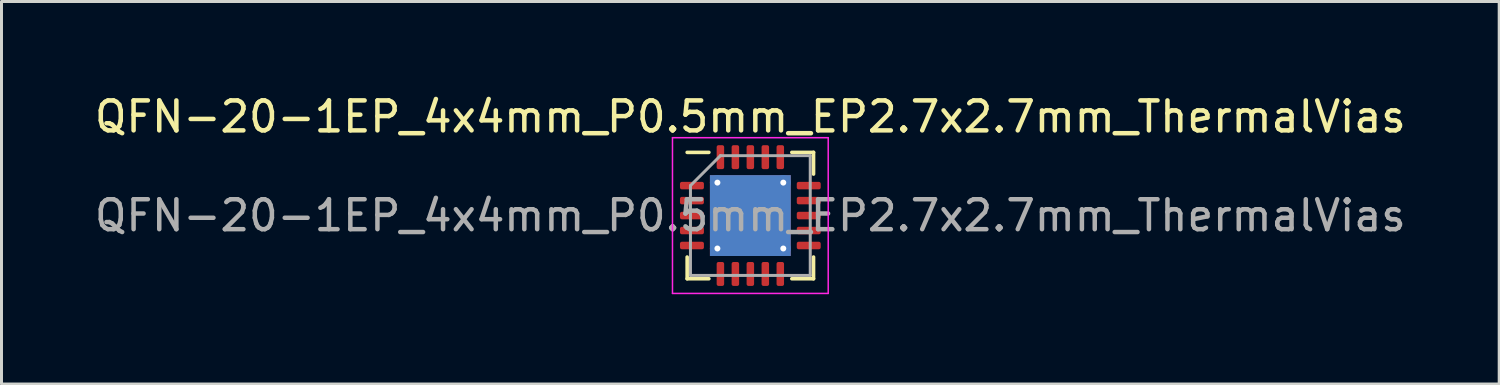
<source format=kicad_pcb>
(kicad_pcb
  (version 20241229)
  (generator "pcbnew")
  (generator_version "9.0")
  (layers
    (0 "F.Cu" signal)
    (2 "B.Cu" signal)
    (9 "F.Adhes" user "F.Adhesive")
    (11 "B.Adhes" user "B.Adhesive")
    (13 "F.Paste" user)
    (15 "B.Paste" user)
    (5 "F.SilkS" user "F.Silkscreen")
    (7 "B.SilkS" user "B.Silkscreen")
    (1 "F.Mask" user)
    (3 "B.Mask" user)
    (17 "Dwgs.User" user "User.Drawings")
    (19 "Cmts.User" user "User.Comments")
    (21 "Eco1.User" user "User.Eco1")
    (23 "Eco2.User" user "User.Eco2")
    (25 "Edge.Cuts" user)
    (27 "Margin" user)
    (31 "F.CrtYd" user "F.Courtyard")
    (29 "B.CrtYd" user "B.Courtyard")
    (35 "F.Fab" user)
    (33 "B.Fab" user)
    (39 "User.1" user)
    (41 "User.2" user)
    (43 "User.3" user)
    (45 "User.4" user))
  (footprint "QFN-20-1EP_4x4mm_P0.5mm_EP2.7x2.7mm_ThermalVias"
    (layer "F.Cu")
    (at 22.006 4.148)
    (property "Reference" "QFN-20-1EP_4x4mm_P0.5mm_EP2.7x2.7mm_ThermalVias" (at 0 -3.3 0) (layer "F.SilkS") (effects (font (size 1 1) (thickness 0.15))))
    (attr smd)
    (fp_line (start -2.11 2.11) (end -2.11 1.385) (stroke (width 0.12) (type solid)) (layer "F.SilkS"))
    (fp_line (start -1.385 -2.11) (end -2.11 -2.11) (stroke (width 0.12) (type solid)) (layer "F.SilkS"))
    (fp_line (start -1.385 2.11) (end -2.11 2.11) (stroke (width 0.12) (type solid)) (layer "F.SilkS"))
    (fp_line (start 1.385 -2.11) (end 2.11 -2.11) (stroke (width 0.12) (type solid)) (layer "F.SilkS"))
    (fp_line (start 1.385 2.11) (end 2.11 2.11) (stroke (width 0.12) (type solid)) (layer "F.SilkS"))
    (fp_line (start 2.11 -2.11) (end 2.11 -1.385) (stroke (width 0.12) (type solid)) (layer "F.SilkS"))
    (fp_line (start 2.11 2.11) (end 2.11 1.385) (stroke (width 0.12) (type solid)) (layer "F.SilkS"))
    (fp_line (start -2.6 -2.6) (end -2.6 2.6) (stroke (width 0.05) (type solid)) (layer "F.CrtYd"))
    (fp_line (start -2.6 2.6) (end 2.6 2.6) (stroke (width 0.05) (type solid)) (layer "F.CrtYd"))
    (fp_line (start 2.6 -2.6) (end -2.6 -2.6) (stroke (width 0.05) (type solid)) (layer "F.CrtYd"))
    (fp_line (start 2.6 2.6) (end 2.6 -2.6) (stroke (width 0.05) (type solid)) (layer "F.CrtYd"))
    (fp_line (start -2 -1) (end -1 -2) (stroke (width 0.1) (type solid)) (layer "F.Fab"))
    (fp_line (start -2 2) (end -2 -1) (stroke (width 0.1) (type solid)) (layer "F.Fab"))
    (fp_line (start -1 -2) (end 2 -2) (stroke (width 0.1) (type solid)) (layer "F.Fab"))
    (fp_line (start 2 -2) (end 2 2) (stroke (width 0.1) (type solid)) (layer "F.Fab"))
    (fp_line (start 2 2) (end -2 2) (stroke (width 0.1) (type solid)) (layer "F.Fab"))
    (fp_text user "${REFERENCE}" (at 0 0 0) (layer "F.Fab") (effects (font (size 1 1) (thickness 0.15))))
    (pad "" smd roundrect (at -0.675 -0.675) (size 1.17 1.17) (layers "F.Paste") (roundrect_rratio 0.214))
    (pad "" smd roundrect (at -0.675 0.675) (size 1.17 1.17) (layers "F.Paste") (roundrect_rratio 0.214))
    (pad "" smd roundrect (at 0.675 -0.675) (size 1.17 1.17) (layers "F.Paste") (roundrect_rratio 0.214))
    (pad "" smd roundrect (at 0.675 0.675) (size 1.17 1.17) (layers "F.Paste") (roundrect_rratio 0.214))
    (pad "1" smd roundrect (at -1.95 -1) (size 0.8 0.25) (layers "F.Cu" "F.Mask" "F.Paste") (roundrect_rratio 0.25))
    (pad "2" smd roundrect (at -1.95 -0.5) (size 0.8 0.25) (layers "F.Cu" "F.Mask" "F.Paste") (roundrect_rratio 0.25))
    (pad "3" smd roundrect (at -1.95 0) (size 0.8 0.25) (layers "F.Cu" "F.Mask" "F.Paste") (roundrect_rratio 0.25))
    (pad "4" smd roundrect (at -1.95 0.5) (size 0.8 0.25) (layers "F.Cu" "F.Mask" "F.Paste") (roundrect_rratio 0.25))
    (pad "5" smd roundrect (at -1.95 1) (size 0.8 0.25) (layers "F.Cu" "F.Mask" "F.Paste") (roundrect_rratio 0.25))
    (pad "6" smd roundrect (at -1 1.95) (size 0.25 0.8) (layers "F.Cu" "F.Mask" "F.Paste") (roundrect_rratio 0.25))
    (pad "7" smd roundrect (at -0.5 1.95) (size 0.25 0.8) (layers "F.Cu" "F.Mask" "F.Paste") (roundrect_rratio 0.25))
    (pad "8" smd roundrect (at 0 1.95) (size 0.25 0.8) (layers "F.Cu" "F.Mask" "F.Paste") (roundrect_rratio 0.25))
    (pad "9" smd roundrect (at 0.5 1.95) (size 0.25 0.8) (layers "F.Cu" "F.Mask" "F.Paste") (roundrect_rratio 0.25))
    (pad "10" smd roundrect (at 1 1.95) (size 0.25 0.8) (layers "F.Cu" "F.Mask" "F.Paste") (roundrect_rratio 0.25))
    (pad "11" smd roundrect (at 1.95 1) (size 0.8 0.25) (layers "F.Cu" "F.Mask" "F.Paste") (roundrect_rratio 0.25))
    (pad "12" smd roundrect (at 1.95 0.5) (size 0.8 0.25) (layers "F.Cu" "F.Mask" "F.Paste") (roundrect_rratio 0.25))
    (pad "13" smd roundrect (at 1.95 0) (size 0.8 0.25) (layers "F.Cu" "F.Mask" "F.Paste") (roundrect_rratio 0.25))
    (pad "14" smd roundrect (at 1.95 -0.5) (size 0.8 0.25) (layers "F.Cu" "F.Mask" "F.Paste") (roundrect_rratio 0.25))
    (pad "15" smd roundrect (at 1.95 -1) (size 0.8 0.25) (layers "F.Cu" "F.Mask" "F.Paste") (roundrect_rratio 0.25))
    (pad "16" smd roundrect (at 1 -1.95) (size 0.25 0.8) (layers "F.Cu" "F.Mask" "F.Paste") (roundrect_rratio 0.25))
    (pad "17" smd roundrect (at 0.5 -1.95) (size 0.25 0.8) (layers "F.Cu" "F.Mask" "F.Paste") (roundrect_rratio 0.25))
    (pad "18" smd roundrect (at 0 -1.95) (size 0.25 0.8) (layers "F.Cu" "F.Mask" "F.Paste") (roundrect_rratio 0.25))
    (pad "19" smd roundrect (at -0.5 -1.95) (size 0.25 0.8) (layers "F.Cu" "F.Mask" "F.Paste") (roundrect_rratio 0.25))
    (pad "20" smd roundrect (at -1 -1.95) (size 0.25 0.8) (layers "F.Cu" "F.Mask" "F.Paste") (roundrect_rratio 0.25))
    (pad "21" thru_hole circle (at -1.1 -1.1) (size 0.5 0.5) (drill 0.2) (layers "*.Cu"))
    (pad "21" thru_hole circle (at -1.1 1.1) (size 0.5 0.5) (drill 0.2) (layers "*.Cu"))
    (pad "21" smd rect (at 0 0) (size 2.7 2.7) (layers "F.Cu" "F.Mask"))
    (pad "21" smd rect (at 0 0) (size 2.7 2.7) (layers "B.Cu"))
    (pad "21" thru_hole circle (at 1.1 -1.1) (size 0.5 0.5) (drill 0.2) (layers "*.Cu"))
    (pad "21" thru_hole circle (at 1.1 1.1) (size 0.5 0.5) (drill 0.2) (layers "*.Cu")))
  (gr_rect
    (start -3 -3)
    (end 47.012 9.773)
    (stroke (width 0.1) (type default))
    (fill no)
    (layer "Edge.Cuts")))
</source>
